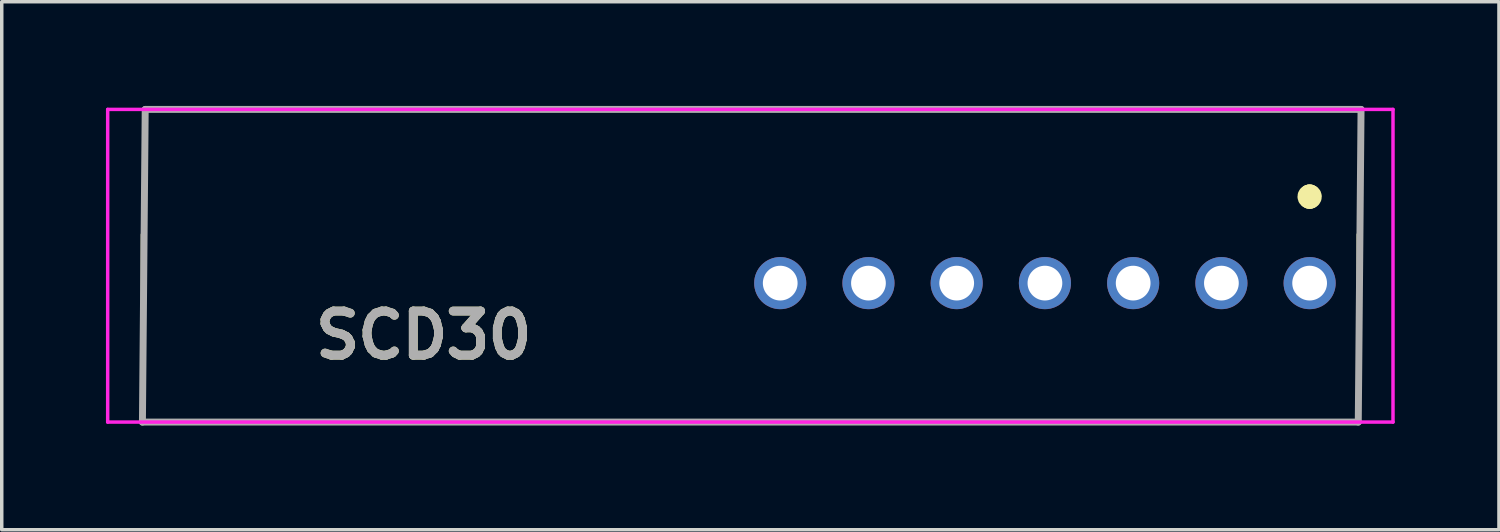
<source format=kicad_pcb>
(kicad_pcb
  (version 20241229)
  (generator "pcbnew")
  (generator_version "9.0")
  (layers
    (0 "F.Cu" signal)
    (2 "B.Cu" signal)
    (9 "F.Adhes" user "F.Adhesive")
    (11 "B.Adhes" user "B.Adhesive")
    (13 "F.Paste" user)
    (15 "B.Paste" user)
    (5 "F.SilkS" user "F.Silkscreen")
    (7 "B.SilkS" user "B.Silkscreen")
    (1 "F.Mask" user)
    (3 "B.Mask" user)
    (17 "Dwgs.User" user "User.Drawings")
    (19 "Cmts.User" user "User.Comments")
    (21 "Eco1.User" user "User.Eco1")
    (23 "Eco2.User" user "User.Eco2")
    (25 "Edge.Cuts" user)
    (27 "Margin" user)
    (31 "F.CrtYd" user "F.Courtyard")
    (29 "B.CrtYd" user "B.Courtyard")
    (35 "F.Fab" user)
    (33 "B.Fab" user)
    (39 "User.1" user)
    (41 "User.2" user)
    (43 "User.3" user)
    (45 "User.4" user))
  (footprint "SCD30"
    (layer "F.Cu")
    (at 34.65 5.1)
    (property "Reference" "SCD30" (at -25.5 1.5 0) (layer "F.SilkS") (effects (font (size 1.27 1.27) (thickness 0.254))))
    (attr through_hole)
    (fp_line (start -33.6 4) (end -33.6 -1.4) (stroke (width 0.1) (type solid)) (layer "F.SilkS"))
    (fp_line (start -33.52 -5) (end 1.48 -5) (stroke (width 0.1) (type solid)) (layer "F.SilkS"))
    (fp_line (start 0 -2.54) (end 0 -2.54) (stroke (width 0.6) (type solid)) (layer "F.SilkS"))
    (fp_line (start 0 -2.44) (end 0 -2.44) (stroke (width 0.6) (type solid)) (layer "F.SilkS"))
    (fp_line (start 1.4 -1.4) (end 1.4 4) (stroke (width 0.1) (type solid)) (layer "F.SilkS"))
    (fp_line (start 1.4 4) (end -33.6 4) (stroke (width 0.1) (type solid)) (layer "F.SilkS"))
    (fp_arc (start 0 -2.54) (mid 0.05 -2.49) (end 0 -2.44) (stroke (width 0.6) (type solid)) (layer "F.SilkS"))
    (fp_arc (start 0 -2.44) (mid -0.05 -2.49) (end 0 -2.54) (stroke (width 0.6) (type solid)) (layer "F.SilkS"))
    (fp_line (start -34.6 -5) (end 2.4 -5) (stroke (width 0.1) (type solid)) (layer "F.CrtYd"))
    (fp_line (start -34.6 4) (end -34.6 -5) (stroke (width 0.1) (type solid)) (layer "F.CrtYd"))
    (fp_line (start 2.4 -5) (end 2.4 4) (stroke (width 0.1) (type solid)) (layer "F.CrtYd"))
    (fp_line (start 2.4 4) (end -34.6 4) (stroke (width 0.1) (type solid)) (layer "F.CrtYd"))
    (fp_line (start -33.6 4) (end -33.52 -5) (stroke (width 0.2) (type solid)) (layer "F.Fab"))
    (fp_line (start -33.52 -5) (end 1.48 -5) (stroke (width 0.2) (type solid)) (layer "F.Fab"))
    (fp_line (start 1.4 4) (end -33.6 4) (stroke (width 0.2) (type solid)) (layer "F.Fab"))
    (fp_line (start 1.48 -5) (end 1.4 4) (stroke (width 0.2) (type solid)) (layer "F.Fab"))
    (fp_text user "${REFERENCE}" (at -25.5 1.5 0) (layer "F.Fab") (effects (font (size 1.27 1.27) (thickness 0.254))))
    (pad "1" thru_hole circle (at 0 0) (size 1.5 1.5) (drill 1) (layers "*.Cu" "*.Mask"))
    (pad "2" thru_hole circle (at -2.54 0) (size 1.5 1.5) (drill 1) (layers "*.Cu" "*.Mask"))
    (pad "3" thru_hole circle (at -5.08 0) (size 1.5 1.5) (drill 1) (layers "*.Cu" "*.Mask"))
    (pad "4" thru_hole circle (at -7.62 0) (size 1.5 1.5) (drill 1) (layers "*.Cu" "*.Mask"))
    (pad "5" thru_hole circle (at -10.16 0) (size 1.5 1.5) (drill 1) (layers "*.Cu" "*.Mask"))
    (pad "6" thru_hole circle (at -12.7 0) (size 1.5 1.5) (drill 1) (layers "*.Cu" "*.Mask"))
    (pad "7" thru_hole circle (at -15.24 0) (size 1.5 1.5) (drill 1) (layers "*.Cu" "*.Mask")))
  (gr_rect
    (start -3 -3)
    (end 40.1 12.2)
    (stroke (width 0.1) (type default))
    (fill no)
    (layer "Edge.Cuts")))
</source>
